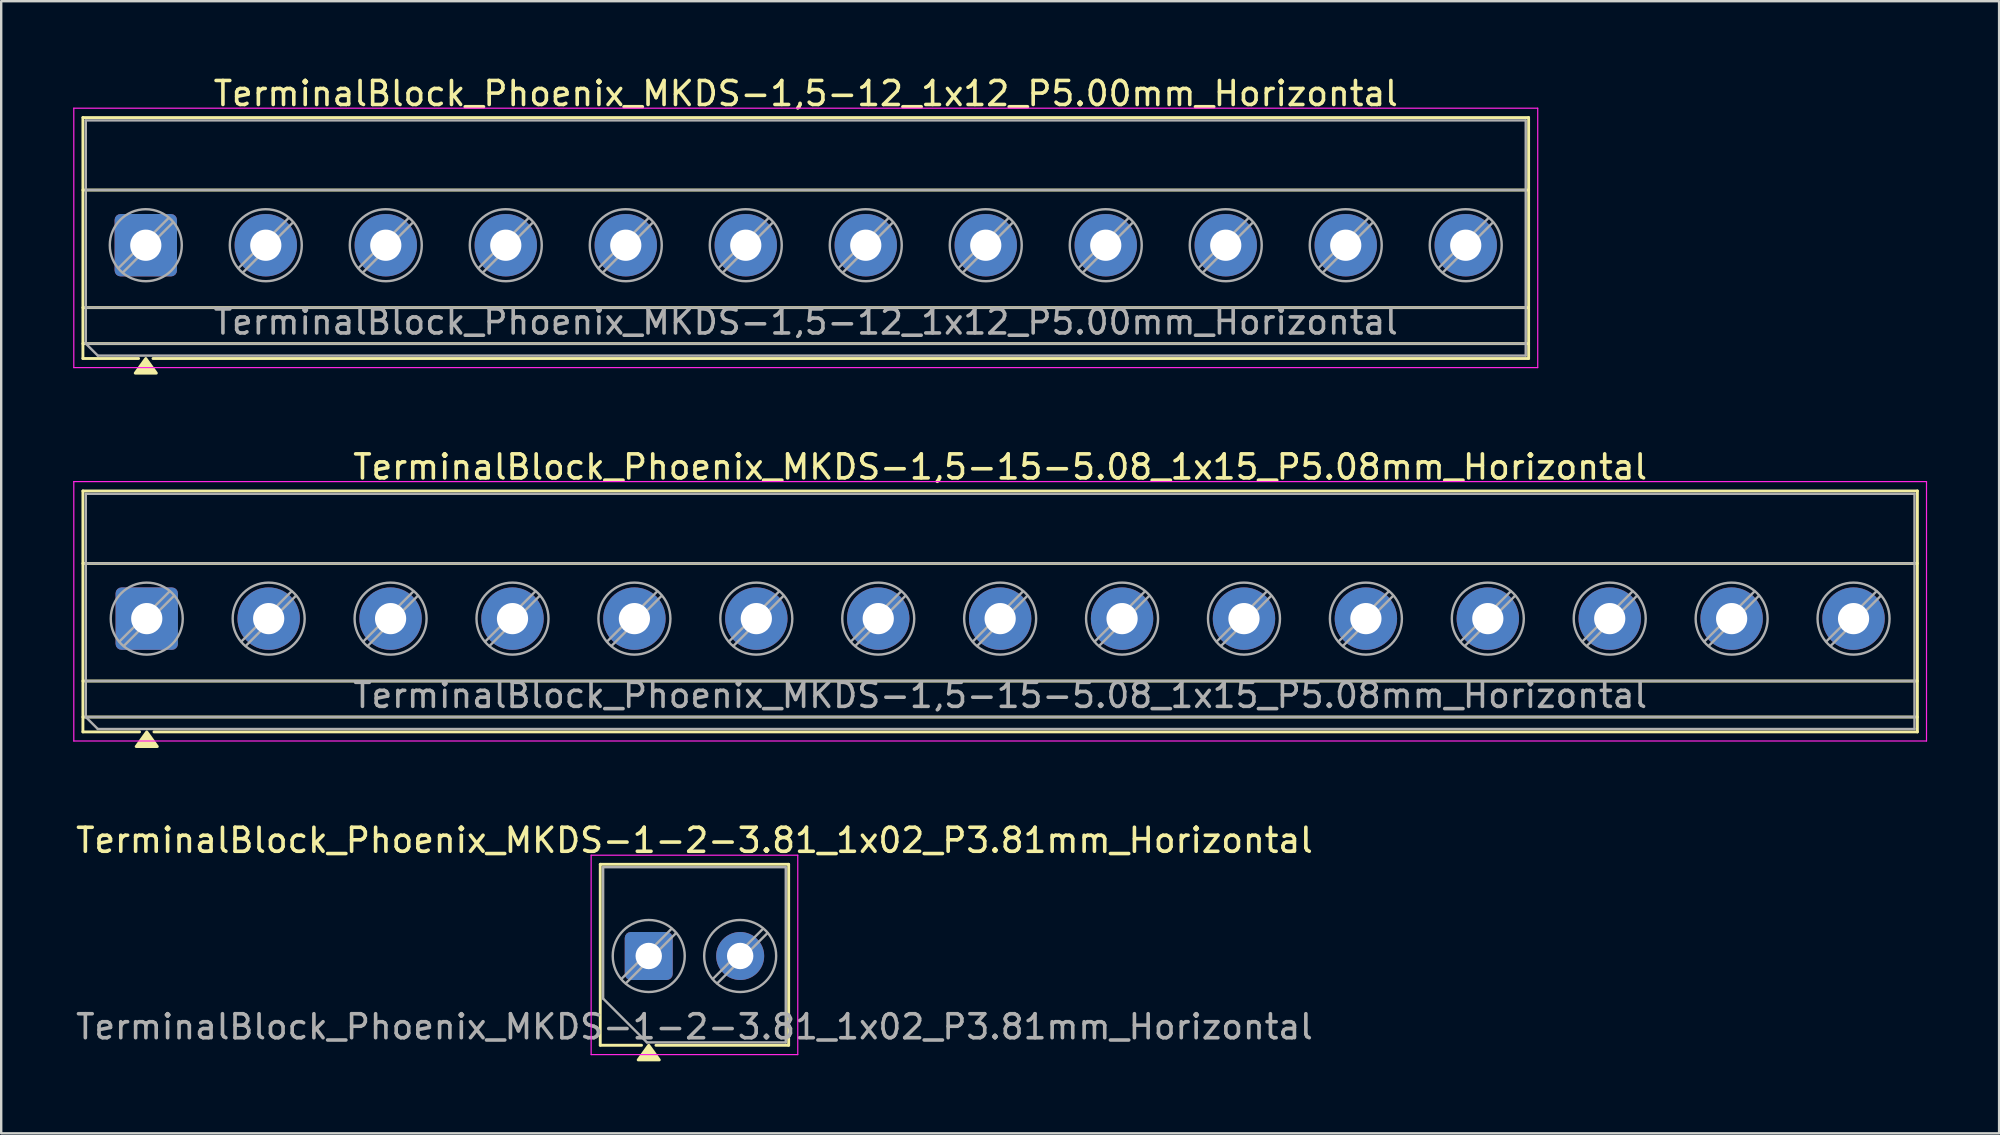
<source format=kicad_pcb>
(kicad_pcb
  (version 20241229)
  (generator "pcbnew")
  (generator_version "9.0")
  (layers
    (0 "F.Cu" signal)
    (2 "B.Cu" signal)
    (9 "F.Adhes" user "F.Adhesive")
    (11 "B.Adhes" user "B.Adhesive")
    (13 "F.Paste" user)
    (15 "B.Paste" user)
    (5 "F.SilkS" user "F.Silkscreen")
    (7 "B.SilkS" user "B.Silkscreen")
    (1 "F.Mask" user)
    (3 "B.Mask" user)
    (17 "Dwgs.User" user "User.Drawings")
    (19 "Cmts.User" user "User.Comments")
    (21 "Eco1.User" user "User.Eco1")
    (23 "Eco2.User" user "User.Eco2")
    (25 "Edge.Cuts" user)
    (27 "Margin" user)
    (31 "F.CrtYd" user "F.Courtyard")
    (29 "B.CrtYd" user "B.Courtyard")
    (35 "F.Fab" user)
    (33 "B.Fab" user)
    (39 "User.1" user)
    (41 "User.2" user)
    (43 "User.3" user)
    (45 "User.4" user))
  (footprint "TerminalBlock_Phoenix_MKDS-1,5-15-5.08_1x15_P5.08mm_Horizontal"
    (layer "F.Cu")
    (at 3.065 22.727)
    (property "Reference" "TerminalBlock_Phoenix_MKDS-1,5-15-5.08_1x15_P5.08mm_Horizontal" (at 35.56 -6.32 0) (layer "F.SilkS") (effects (font (size 1 1) (thickness 0.15))))
    (attr through_hole)
    (fp_line (start -2.66 -5.32) (end -2.66 4.72) (stroke (width 0.12) (type solid)) (layer "F.SilkS"))
    (fp_line (start -2.66 -5.32) (end 73.78 -5.32) (stroke (width 0.12) (type solid)) (layer "F.SilkS"))
    (fp_line (start -2.66 -2.3) (end 73.78 -2.3) (stroke (width 0.12) (type solid)) (layer "F.SilkS"))
    (fp_line (start -2.66 2.6) (end 73.78 2.6) (stroke (width 0.12) (type solid)) (layer "F.SilkS"))
    (fp_line (start -2.66 4.1) (end 73.78 4.1) (stroke (width 0.12) (type solid)) (layer "F.SilkS"))
    (fp_line (start -2.66 4.72) (end -0.3 4.72) (stroke (width 0.12) (type solid)) (layer "F.SilkS"))
    (fp_line (start 0.3 4.72) (end 73.78 4.72) (stroke (width 0.12) (type solid)) (layer "F.SilkS"))
    (fp_line (start 73.78 -5.32) (end 73.78 4.72) (stroke (width 0.12) (type solid)) (layer "F.SilkS"))
    (fp_poly (pts (xy 0 4.72) (xy 0.44 5.33) (xy -0.44 5.33)) (stroke (width 0.12) (type solid)) (fill yes) (layer "F.SilkS"))
    (fp_line (start -3.04 -5.71) (end -3.04 5.1) (stroke (width 0.05) (type solid)) (layer "F.CrtYd"))
    (fp_line (start -3.04 5.1) (end 74.16 5.1) (stroke (width 0.05) (type solid)) (layer "F.CrtYd"))
    (fp_line (start 74.16 -5.71) (end -3.04 -5.71) (stroke (width 0.05) (type solid)) (layer "F.CrtYd"))
    (fp_line (start 74.16 5.1) (end 74.16 -5.71) (stroke (width 0.05) (type solid)) (layer "F.CrtYd"))
    (fp_line (start -2.54 -5.2) (end 73.66 -5.2) (stroke (width 0.1) (type solid)) (layer "F.Fab"))
    (fp_line (start -2.54 -2.3) (end 73.66 -2.3) (stroke (width 0.1) (type solid)) (layer "F.Fab"))
    (fp_line (start -2.54 2.6) (end 73.66 2.6) (stroke (width 0.1) (type solid)) (layer "F.Fab"))
    (fp_line (start -2.54 4.1) (end -2.54 -5.2) (stroke (width 0.1) (type solid)) (layer "F.Fab"))
    (fp_line (start -2.54 4.1) (end 73.66 4.1) (stroke (width 0.1) (type solid)) (layer "F.Fab"))
    (fp_line (start -2.04 4.6) (end -2.54 4.1) (stroke (width 0.1) (type solid)) (layer "F.Fab"))
    (fp_line (start 0.955 -1.138) (end -1.138 0.954) (stroke (width 0.1) (type solid)) (layer "F.Fab"))
    (fp_line (start 1.138 -0.954) (end -0.955 1.137) (stroke (width 0.1) (type solid)) (layer "F.Fab"))
    (fp_line (start 6.035 -1.138) (end 3.942 0.954) (stroke (width 0.1) (type solid)) (layer "F.Fab"))
    (fp_line (start 6.218 -0.954) (end 4.125 1.137) (stroke (width 0.1) (type solid)) (layer "F.Fab"))
    (fp_line (start 11.115 -1.138) (end 9.022 0.954) (stroke (width 0.1) (type solid)) (layer "F.Fab"))
    (fp_line (start 11.298 -0.954) (end 9.205 1.137) (stroke (width 0.1) (type solid)) (layer "F.Fab"))
    (fp_line (start 16.195 -1.138) (end 14.102 0.954) (stroke (width 0.1) (type solid)) (layer "F.Fab"))
    (fp_line (start 16.378 -0.954) (end 14.285 1.137) (stroke (width 0.1) (type solid)) (layer "F.Fab"))
    (fp_line (start 21.275 -1.138) (end 19.182 0.954) (stroke (width 0.1) (type solid)) (layer "F.Fab"))
    (fp_line (start 21.458 -0.954) (end 19.365 1.137) (stroke (width 0.1) (type solid)) (layer "F.Fab"))
    (fp_line (start 26.355 -1.138) (end 24.262 0.954) (stroke (width 0.1) (type solid)) (layer "F.Fab"))
    (fp_line (start 26.538 -0.954) (end 24.445 1.137) (stroke (width 0.1) (type solid)) (layer "F.Fab"))
    (fp_line (start 31.435 -1.138) (end 29.342 0.954) (stroke (width 0.1) (type solid)) (layer "F.Fab"))
    (fp_line (start 31.618 -0.954) (end 29.525 1.137) (stroke (width 0.1) (type solid)) (layer "F.Fab"))
    (fp_line (start 36.515 -1.138) (end 34.422 0.954) (stroke (width 0.1) (type solid)) (layer "F.Fab"))
    (fp_line (start 36.698 -0.954) (end 34.605 1.137) (stroke (width 0.1) (type solid)) (layer "F.Fab"))
    (fp_line (start 41.595 -1.138) (end 39.502 0.954) (stroke (width 0.1) (type solid)) (layer "F.Fab"))
    (fp_line (start 41.778 -0.954) (end 39.685 1.137) (stroke (width 0.1) (type solid)) (layer "F.Fab"))
    (fp_line (start 46.675 -1.138) (end 44.582 0.954) (stroke (width 0.1) (type solid)) (layer "F.Fab"))
    (fp_line (start 46.858 -0.954) (end 44.765 1.137) (stroke (width 0.1) (type solid)) (layer "F.Fab"))
    (fp_line (start 51.755 -1.138) (end 49.662 0.954) (stroke (width 0.1) (type solid)) (layer "F.Fab"))
    (fp_line (start 51.938 -0.954) (end 49.845 1.137) (stroke (width 0.1) (type solid)) (layer "F.Fab"))
    (fp_line (start 56.835 -1.138) (end 54.742 0.954) (stroke (width 0.1) (type solid)) (layer "F.Fab"))
    (fp_line (start 57.018 -0.954) (end 54.925 1.137) (stroke (width 0.1) (type solid)) (layer "F.Fab"))
    (fp_line (start 61.915 -1.138) (end 59.822 0.954) (stroke (width 0.1) (type solid)) (layer "F.Fab"))
    (fp_line (start 62.098 -0.954) (end 60.005 1.137) (stroke (width 0.1) (type solid)) (layer "F.Fab"))
    (fp_line (start 66.995 -1.138) (end 64.902 0.954) (stroke (width 0.1) (type solid)) (layer "F.Fab"))
    (fp_line (start 67.178 -0.954) (end 65.085 1.137) (stroke (width 0.1) (type solid)) (layer "F.Fab"))
    (fp_line (start 72.075 -1.138) (end 69.982 0.954) (stroke (width 0.1) (type solid)) (layer "F.Fab"))
    (fp_line (start 72.258 -0.954) (end 70.165 1.137) (stroke (width 0.1) (type solid)) (layer "F.Fab"))
    (fp_line (start 73.66 -5.2) (end 73.66 4.6) (stroke (width 0.1) (type solid)) (layer "F.Fab"))
    (fp_line (start 73.66 4.6) (end -2.04 4.6) (stroke (width 0.1) (type solid)) (layer "F.Fab"))
    (fp_circle (center 0 0) (end 1.5 0) (stroke (width 0.1) (type solid)) (fill no) (layer "F.Fab"))
    (fp_circle (center 5.08 0) (end 6.58 0) (stroke (width 0.1) (type solid)) (fill no) (layer "F.Fab"))
    (fp_circle (center 10.16 0) (end 11.66 0) (stroke (width 0.1) (type solid)) (fill no) (layer "F.Fab"))
    (fp_circle (center 15.24 0) (end 16.74 0) (stroke (width 0.1) (type solid)) (fill no) (layer "F.Fab"))
    (fp_circle (center 20.32 0) (end 21.82 0) (stroke (width 0.1) (type solid)) (fill no) (layer "F.Fab"))
    (fp_circle (center 25.4 0) (end 26.9 0) (stroke (width 0.1) (type solid)) (fill no) (layer "F.Fab"))
    (fp_circle (center 30.48 0) (end 31.98 0) (stroke (width 0.1) (type solid)) (fill no) (layer "F.Fab"))
    (fp_circle (center 35.56 0) (end 37.06 0) (stroke (width 0.1) (type solid)) (fill no) (layer "F.Fab"))
    (fp_circle (center 40.64 0) (end 42.14 0) (stroke (width 0.1) (type solid)) (fill no) (layer "F.Fab"))
    (fp_circle (center 45.72 0) (end 47.22 0) (stroke (width 0.1) (type solid)) (fill no) (layer "F.Fab"))
    (fp_circle (center 50.8 0) (end 52.3 0) (stroke (width 0.1) (type solid)) (fill no) (layer "F.Fab"))
    (fp_circle (center 55.88 0) (end 57.38 0) (stroke (width 0.1) (type solid)) (fill no) (layer "F.Fab"))
    (fp_circle (center 60.96 0) (end 62.46 0) (stroke (width 0.1) (type solid)) (fill no) (layer "F.Fab"))
    (fp_circle (center 66.04 0) (end 67.54 0) (stroke (width 0.1) (type solid)) (fill no) (layer "F.Fab"))
    (fp_circle (center 71.12 0) (end 72.62 0) (stroke (width 0.1) (type solid)) (fill no) (layer "F.Fab"))
    (fp_text user "${REFERENCE}" (at 35.56 3.2 0) (layer "F.Fab") (effects (font (size 1 1) (thickness 0.15))))
    (pad "1" thru_hole roundrect (at 0 0) (size 2.6 2.6) (drill 1.3) (layers "*.Cu" "*.Mask") (roundrect_rratio 0.096))
    (pad "2" thru_hole circle (at 5.08 0) (size 2.6 2.6) (drill 1.3) (layers "*.Cu" "*.Mask"))
    (pad "3" thru_hole circle (at 10.16 0) (size 2.6 2.6) (drill 1.3) (layers "*.Cu" "*.Mask"))
    (pad "4" thru_hole circle (at 15.24 0) (size 2.6 2.6) (drill 1.3) (layers "*.Cu" "*.Mask"))
    (pad "5" thru_hole circle (at 20.32 0) (size 2.6 2.6) (drill 1.3) (layers "*.Cu" "*.Mask"))
    (pad "6" thru_hole circle (at 25.4 0) (size 2.6 2.6) (drill 1.3) (layers "*.Cu" "*.Mask"))
    (pad "7" thru_hole circle (at 30.48 0) (size 2.6 2.6) (drill 1.3) (layers "*.Cu" "*.Mask"))
    (pad "8" thru_hole circle (at 35.56 0) (size 2.6 2.6) (drill 1.3) (layers "*.Cu" "*.Mask"))
    (pad "9" thru_hole circle (at 40.64 0) (size 2.6 2.6) (drill 1.3) (layers "*.Cu" "*.Mask"))
    (pad "10" thru_hole circle (at 45.72 0) (size 2.6 2.6) (drill 1.3) (layers "*.Cu" "*.Mask"))
    (pad "11" thru_hole circle (at 50.8 0) (size 2.6 2.6) (drill 1.3) (layers "*.Cu" "*.Mask"))
    (pad "12" thru_hole circle (at 55.88 0) (size 2.6 2.6) (drill 1.3) (layers "*.Cu" "*.Mask"))
    (pad "13" thru_hole circle (at 60.96 0) (size 2.6 2.6) (drill 1.3) (layers "*.Cu" "*.Mask"))
    (pad "14" thru_hole circle (at 66.04 0) (size 2.6 2.6) (drill 1.3) (layers "*.Cu" "*.Mask"))
    (pad "15" thru_hole circle (at 71.12 0) (size 2.6 2.6) (drill 1.3) (layers "*.Cu" "*.Mask")))
  (footprint "TerminalBlock_Phoenix_MKDS-1-2-3.81_1x02_P3.81mm_Horizontal"
    (layer "F.Cu")
    (at 23.982 36.785)
    (property "Reference" "TerminalBlock_Phoenix_MKDS-1-2-3.81_1x02_P3.81mm_Horizontal" (at 1.905 -4.82 0) (layer "F.SilkS") (effects (font (size 1 1) (thickness 0.15))))
    (attr through_hole)
    (fp_line (start -2.02 -3.82) (end -2.02 3.72) (stroke (width 0.12) (type solid)) (layer "F.SilkS"))
    (fp_line (start -2.02 -3.82) (end 5.83 -3.82) (stroke (width 0.12) (type solid)) (layer "F.SilkS"))
    (fp_line (start -2.02 3.72) (end -0.3 3.72) (stroke (width 0.12) (type solid)) (layer "F.SilkS"))
    (fp_line (start 0.3 3.72) (end 5.83 3.72) (stroke (width 0.12) (type solid)) (layer "F.SilkS"))
    (fp_line (start 5.83 -3.82) (end 5.83 3.72) (stroke (width 0.12) (type solid)) (layer "F.SilkS"))
    (fp_poly (pts (xy 0 3.72) (xy 0.44 4.33) (xy -0.44 4.33)) (stroke (width 0.12) (type solid)) (fill yes) (layer "F.SilkS"))
    (fp_line (start -2.4 -4.2) (end -2.4 4.11) (stroke (width 0.05) (type solid)) (layer "F.CrtYd"))
    (fp_line (start -2.4 4.11) (end 6.21 4.11) (stroke (width 0.05) (type solid)) (layer "F.CrtYd"))
    (fp_line (start 6.21 -4.2) (end -2.4 -4.2) (stroke (width 0.05) (type solid)) (layer "F.CrtYd"))
    (fp_line (start 6.21 4.11) (end 6.21 -4.2) (stroke (width 0.05) (type solid)) (layer "F.CrtYd"))
    (fp_line (start -1.9 -3.7) (end 5.71 -3.7) (stroke (width 0.1) (type solid)) (layer "F.Fab"))
    (fp_line (start -1.9 1.775) (end -1.9 -3.7) (stroke (width 0.1) (type solid)) (layer "F.Fab"))
    (fp_line (start -0.075 3.6) (end -1.9 1.775) (stroke (width 0.1) (type solid)) (layer "F.Fab"))
    (fp_line (start 0.955 -1.138) (end -1.138 0.955) (stroke (width 0.1) (type solid)) (layer "F.Fab"))
    (fp_line (start 1.138 -0.955) (end -0.955 1.138) (stroke (width 0.1) (type solid)) (layer "F.Fab"))
    (fp_line (start 4.765 -1.138) (end 2.672 0.955) (stroke (width 0.1) (type solid)) (layer "F.Fab"))
    (fp_line (start 4.948 -0.955) (end 2.855 1.138) (stroke (width 0.1) (type solid)) (layer "F.Fab"))
    (fp_line (start 5.71 -3.7) (end 5.71 3.6) (stroke (width 0.1) (type solid)) (layer "F.Fab"))
    (fp_line (start 5.71 3.6) (end -0.075 3.6) (stroke (width 0.1) (type solid)) (layer "F.Fab"))
    (fp_circle (center 0 0) (end 1.5 0) (stroke (width 0.1) (type solid)) (fill no) (layer "F.Fab"))
    (fp_circle (center 3.81 0) (end 5.31 0) (stroke (width 0.1) (type solid)) (fill no) (layer "F.Fab"))
    (fp_text user "${REFERENCE}" (at 1.905 2.95 0) (layer "F.Fab") (effects (font (size 1 1) (thickness 0.15))))
    (pad "1" thru_hole roundrect (at 0 0) (size 2 2) (drill 1.1) (layers "*.Cu" "*.Mask") (roundrect_rratio 0.125))
    (pad "2" thru_hole circle (at 3.81 0) (size 2 2) (drill 1.1) (layers "*.Cu" "*.Mask")))
  (footprint "TerminalBlock_Phoenix_MKDS-1,5-12_1x12_P5.00mm_Horizontal"
    (layer "F.Cu")
    (at 3.025 7.168)
    (property "Reference" "TerminalBlock_Phoenix_MKDS-1,5-12_1x12_P5.00mm_Horizontal" (at 27.5 -6.32 0) (layer "F.SilkS") (effects (font (size 1 1) (thickness 0.15))))
    (attr through_hole)
    (fp_line (start -2.62 -5.32) (end -2.62 4.72) (stroke (width 0.12) (type solid)) (layer "F.SilkS"))
    (fp_line (start -2.62 -5.32) (end 57.62 -5.32) (stroke (width 0.12) (type solid)) (layer "F.SilkS"))
    (fp_line (start -2.62 -2.3) (end 57.62 -2.3) (stroke (width 0.12) (type solid)) (layer "F.SilkS"))
    (fp_line (start -2.62 2.6) (end 57.62 2.6) (stroke (width 0.12) (type solid)) (layer "F.SilkS"))
    (fp_line (start -2.62 4.1) (end 57.62 4.1) (stroke (width 0.12) (type solid)) (layer "F.SilkS"))
    (fp_line (start -2.62 4.72) (end -0.3 4.72) (stroke (width 0.12) (type solid)) (layer "F.SilkS"))
    (fp_line (start 0.3 4.72) (end 57.62 4.72) (stroke (width 0.12) (type solid)) (layer "F.SilkS"))
    (fp_line (start 57.62 -5.32) (end 57.62 4.72) (stroke (width 0.12) (type solid)) (layer "F.SilkS"))
    (fp_poly (pts (xy 0 4.72) (xy 0.44 5.33) (xy -0.44 5.33)) (stroke (width 0.12) (type solid)) (fill yes) (layer "F.SilkS"))
    (fp_line (start -3 -5.71) (end -3 5.1) (stroke (width 0.05) (type solid)) (layer "F.CrtYd"))
    (fp_line (start -3 5.1) (end 58 5.1) (stroke (width 0.05) (type solid)) (layer "F.CrtYd"))
    (fp_line (start 58 -5.71) (end -3 -5.71) (stroke (width 0.05) (type solid)) (layer "F.CrtYd"))
    (fp_line (start 58 5.1) (end 58 -5.71) (stroke (width 0.05) (type solid)) (layer "F.CrtYd"))
    (fp_line (start -2.5 -5.2) (end 57.5 -5.2) (stroke (width 0.1) (type solid)) (layer "F.Fab"))
    (fp_line (start -2.5 -2.3) (end 57.5 -2.3) (stroke (width 0.1) (type solid)) (layer "F.Fab"))
    (fp_line (start -2.5 2.6) (end 57.5 2.6) (stroke (width 0.1) (type solid)) (layer "F.Fab"))
    (fp_line (start -2.5 4.1) (end -2.5 -5.2) (stroke (width 0.1) (type solid)) (layer "F.Fab"))
    (fp_line (start -2.5 4.1) (end 57.5 4.1) (stroke (width 0.1) (type solid)) (layer "F.Fab"))
    (fp_line (start -2 4.6) (end -2.5 4.1) (stroke (width 0.1) (type solid)) (layer "F.Fab"))
    (fp_line (start 0.955 -1.138) (end -1.138 0.954) (stroke (width 0.1) (type solid)) (layer "F.Fab"))
    (fp_line (start 1.138 -0.954) (end -0.955 1.137) (stroke (width 0.1) (type solid)) (layer "F.Fab"))
    (fp_line (start 5.955 -1.138) (end 3.862 0.954) (stroke (width 0.1) (type solid)) (layer "F.Fab"))
    (fp_line (start 6.138 -0.954) (end 4.045 1.137) (stroke (width 0.1) (type solid)) (layer "F.Fab"))
    (fp_line (start 10.955 -1.138) (end 8.862 0.954) (stroke (width 0.1) (type solid)) (layer "F.Fab"))
    (fp_line (start 11.138 -0.954) (end 9.045 1.137) (stroke (width 0.1) (type solid)) (layer "F.Fab"))
    (fp_line (start 15.955 -1.138) (end 13.862 0.954) (stroke (width 0.1) (type solid)) (layer "F.Fab"))
    (fp_line (start 16.138 -0.954) (end 14.045 1.137) (stroke (width 0.1) (type solid)) (layer "F.Fab"))
    (fp_line (start 20.955 -1.138) (end 18.862 0.954) (stroke (width 0.1) (type solid)) (layer "F.Fab"))
    (fp_line (start 21.138 -0.954) (end 19.045 1.137) (stroke (width 0.1) (type solid)) (layer "F.Fab"))
    (fp_line (start 25.955 -1.138) (end 23.862 0.954) (stroke (width 0.1) (type solid)) (layer "F.Fab"))
    (fp_line (start 26.138 -0.954) (end 24.045 1.137) (stroke (width 0.1) (type solid)) (layer "F.Fab"))
    (fp_line (start 30.955 -1.138) (end 28.862 0.954) (stroke (width 0.1) (type solid)) (layer "F.Fab"))
    (fp_line (start 31.138 -0.954) (end 29.045 1.137) (stroke (width 0.1) (type solid)) (layer "F.Fab"))
    (fp_line (start 35.955 -1.138) (end 33.862 0.954) (stroke (width 0.1) (type solid)) (layer "F.Fab"))
    (fp_line (start 36.138 -0.954) (end 34.045 1.137) (stroke (width 0.1) (type solid)) (layer "F.Fab"))
    (fp_line (start 40.955 -1.138) (end 38.862 0.954) (stroke (width 0.1) (type solid)) (layer "F.Fab"))
    (fp_line (start 41.138 -0.954) (end 39.045 1.137) (stroke (width 0.1) (type solid)) (layer "F.Fab"))
    (fp_line (start 45.955 -1.138) (end 43.862 0.954) (stroke (width 0.1) (type solid)) (layer "F.Fab"))
    (fp_line (start 46.138 -0.954) (end 44.045 1.137) (stroke (width 0.1) (type solid)) (layer "F.Fab"))
    (fp_line (start 50.955 -1.138) (end 48.862 0.954) (stroke (width 0.1) (type solid)) (layer "F.Fab"))
    (fp_line (start 51.138 -0.954) (end 49.045 1.137) (stroke (width 0.1) (type solid)) (layer "F.Fab"))
    (fp_line (start 55.955 -1.138) (end 53.862 0.954) (stroke (width 0.1) (type solid)) (layer "F.Fab"))
    (fp_line (start 56.138 -0.954) (end 54.045 1.137) (stroke (width 0.1) (type solid)) (layer "F.Fab"))
    (fp_line (start 57.5 -5.2) (end 57.5 4.6) (stroke (width 0.1) (type solid)) (layer "F.Fab"))
    (fp_line (start 57.5 4.6) (end -2 4.6) (stroke (width 0.1) (type solid)) (layer "F.Fab"))
    (fp_circle (center 0 0) (end 1.5 0) (stroke (width 0.1) (type solid)) (fill no) (layer "F.Fab"))
    (fp_circle (center 5 0) (end 6.5 0) (stroke (width 0.1) (type solid)) (fill no) (layer "F.Fab"))
    (fp_circle (center 10 0) (end 11.5 0) (stroke (width 0.1) (type solid)) (fill no) (layer "F.Fab"))
    (fp_circle (center 15 0) (end 16.5 0) (stroke (width 0.1) (type solid)) (fill no) (layer "F.Fab"))
    (fp_circle (center 20 0) (end 21.5 0) (stroke (width 0.1) (type solid)) (fill no) (layer "F.Fab"))
    (fp_circle (center 25 0) (end 26.5 0) (stroke (width 0.1) (type solid)) (fill no) (layer "F.Fab"))
    (fp_circle (center 30 0) (end 31.5 0) (stroke (width 0.1) (type solid)) (fill no) (layer "F.Fab"))
    (fp_circle (center 35 0) (end 36.5 0) (stroke (width 0.1) (type solid)) (fill no) (layer "F.Fab"))
    (fp_circle (center 40 0) (end 41.5 0) (stroke (width 0.1) (type solid)) (fill no) (layer "F.Fab"))
    (fp_circle (center 45 0) (end 46.5 0) (stroke (width 0.1) (type solid)) (fill no) (layer "F.Fab"))
    (fp_circle (center 50 0) (end 51.5 0) (stroke (width 0.1) (type solid)) (fill no) (layer "F.Fab"))
    (fp_circle (center 55 0) (end 56.5 0) (stroke (width 0.1) (type solid)) (fill no) (layer "F.Fab"))
    (fp_text user "${REFERENCE}" (at 27.5 3.2 0) (layer "F.Fab") (effects (font (size 1 1) (thickness 0.15))))
    (pad "1" thru_hole roundrect (at 0 0) (size 2.6 2.6) (drill 1.3) (layers "*.Cu" "*.Mask") (roundrect_rratio 0.096))
    (pad "2" thru_hole circle (at 5 0) (size 2.6 2.6) (drill 1.3) (layers "*.Cu" "*.Mask"))
    (pad "3" thru_hole circle (at 10 0) (size 2.6 2.6) (drill 1.3) (layers "*.Cu" "*.Mask"))
    (pad "4" thru_hole circle (at 15 0) (size 2.6 2.6) (drill 1.3) (layers "*.Cu" "*.Mask"))
    (pad "5" thru_hole circle (at 20 0) (size 2.6 2.6) (drill 1.3) (layers "*.Cu" "*.Mask"))
    (pad "6" thru_hole circle (at 25 0) (size 2.6 2.6) (drill 1.3) (layers "*.Cu" "*.Mask"))
    (pad "7" thru_hole circle (at 30 0) (size 2.6 2.6) (drill 1.3) (layers "*.Cu" "*.Mask"))
    (pad "8" thru_hole circle (at 35 0) (size 2.6 2.6) (drill 1.3) (layers "*.Cu" "*.Mask"))
    (pad "9" thru_hole circle (at 40 0) (size 2.6 2.6) (drill 1.3) (layers "*.Cu" "*.Mask"))
    (pad "10" thru_hole circle (at 45 0) (size 2.6 2.6) (drill 1.3) (layers "*.Cu" "*.Mask"))
    (pad "11" thru_hole circle (at 50 0) (size 2.6 2.6) (drill 1.3) (layers "*.Cu" "*.Mask"))
    (pad "12" thru_hole circle (at 55 0) (size 2.6 2.6) (drill 1.3) (layers "*.Cu" "*.Mask")))
  (gr_rect
    (start -3 -3)
    (end 80.25 44.175)
    (stroke (width 0.1) (type default))
    (fill no)
    (layer "Edge.Cuts")))
</source>
